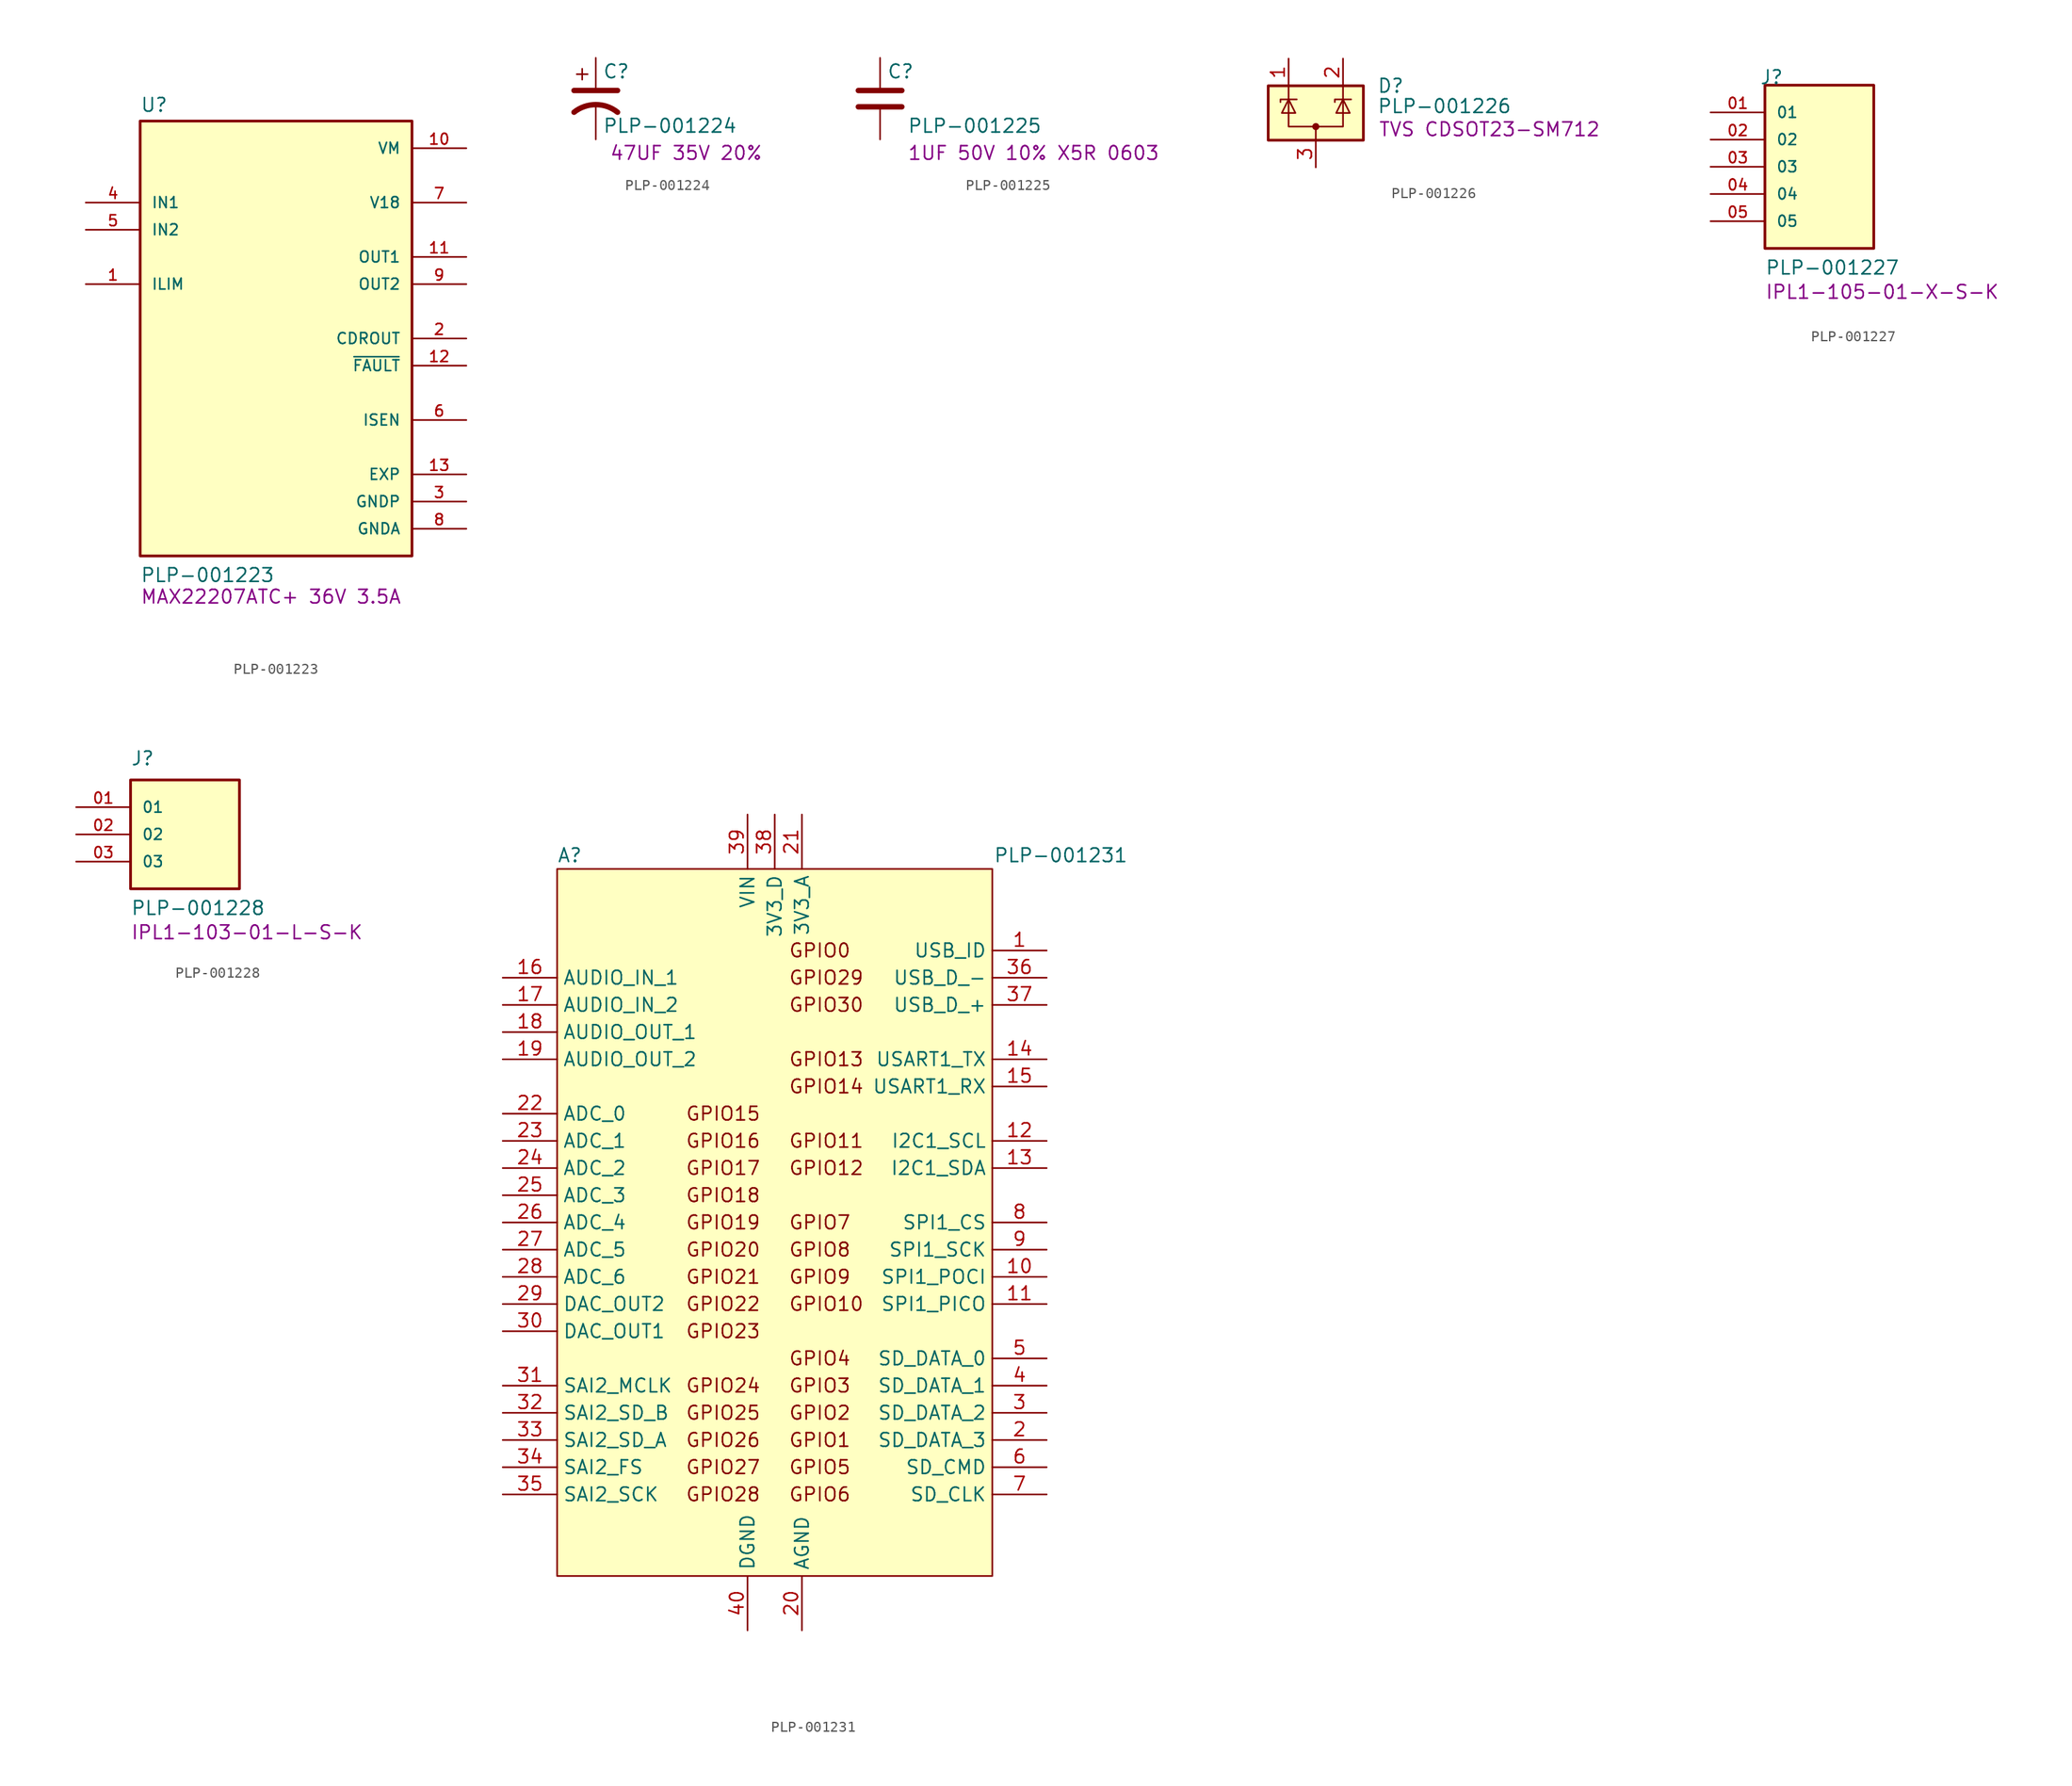
<source format=kicad_sym>
(kicad_symbol_lib
  (version 20241209)
  (generator "kicad_symbol_editor")
  (generator_version "9.0")
  (symbol "PLP-001223"
    (pin_names
      (offset 1.016))
    (property "Reference" "U"
      (at -12.7 21.082 0)
      (effects (font (size 1.27 1.27)) (justify left bottom)))
    (property "Value" "PLP-001223"
      (at -12.7 -22.86 0)
      (effects (font (size 1.27 1.27)) (justify left bottom)))
    (property "Info" "MAX22207ATC+ 36V 3.5A"
      (at -12.7 -24.13 0)
      (effects (font (size 1.27 1.27)) (justify left)))
    (symbol "PLP-001223_0_0"
      (rectangle (start -12.7 20.32) (end 12.7 -20.32) (stroke (width 0.254) (type default)) (fill (type background)))
      (pin input line (at -17.78 12.7 0) (length 5.08) (name "IN1" (effects (font (size 1.016 1.016)))) (number "4" (effects (font (size 1.016 1.016)))))
      (pin input line (at -17.78 10.16 0) (length 5.08) (name "IN2" (effects (font (size 1.016 1.016)))) (number "5" (effects (font (size 1.016 1.016)))))
      (pin input line (at -17.78 5.08 0) (length 5.08) (name "ILIM" (effects (font (size 1.016 1.016)))) (number "1" (effects (font (size 1.016 1.016)))))
      (pin power_in line (at 17.78 17.78 180) (length 5.08) (name "VM" (effects (font (size 1.016 1.016)))) (number "10" (effects (font (size 1.016 1.016)))))
      (pin output line (at 17.78 12.7 180) (length 5.08) (name "V18" (effects (font (size 1.016 1.016)))) (number "7" (effects (font (size 1.016 1.016)))))
      (pin output line (at 17.78 7.62 180) (length 5.08) (name "OUT1" (effects (font (size 1.016 1.016)))) (number "11" (effects (font (size 1.016 1.016)))))
      (pin output line (at 17.78 5.08 180) (length 5.08) (name "OUT2" (effects (font (size 1.016 1.016)))) (number "9" (effects (font (size 1.016 1.016)))))
      (pin output line (at 17.78 0 180) (length 5.08) (name "CDROUT" (effects (font (size 1.016 1.016)))) (number "2" (effects (font (size 1.016 1.016)))))
      (pin output line (at 17.78 -2.54 180) (length 5.08) (name "~{FAULT}" (effects (font (size 1.016 1.016)))) (number "12" (effects (font (size 1.016 1.016)))))
      (pin output line (at 17.78 -7.62 180) (length 5.08) (name "ISEN" (effects (font (size 1.016 1.016)))) (number "6" (effects (font (size 1.016 1.016)))))
      (pin power_in line (at 17.78 -12.7 180) (length 5.08) (name "EXP" (effects (font (size 1.016 1.016)))) (number "13" (effects (font (size 1.016 1.016)))))
      (pin power_in line (at 17.78 -15.24 180) (length 5.08) (name "GNDP" (effects (font (size 1.016 1.016)))) (number "3" (effects (font (size 1.016 1.016)))))
      (pin power_in line (at 17.78 -17.78 180) (length 5.08) (name "GNDA" (effects (font (size 1.016 1.016)))) (number "8" (effects (font (size 1.016 1.016)))))))
  (symbol "PLP-001224"
    (pin_numbers
      (hide yes))
    (pin_names
      (offset 0.254)
      (hide yes))
    (property "Reference" "C"
      (at 0.635 2.54 0)
      (effects (font (size 1.27 1.27)) (justify left)))
    (property "Value" "PLP-001224"
      (at 0.635 -2.54 0)
      (effects (font (size 1.27 1.27)) (justify left)))
    (property "Info" "47UF 35V 20%"
      (at 1.27 -5.08 0)
      (effects (font (size 1.27 1.27)) (justify left)))
    (symbol "PLP-001224_0_1"
      (polyline (pts (xy -2.032 0.762) (xy 2.032 0.762)) (stroke (width 0.508) (type default)) (fill (type none)))
      (polyline (pts (xy -1.778 2.286) (xy -0.762 2.286)) (stroke (width 0) (type default)) (fill (type none)))
      (polyline (pts (xy -1.27 1.778) (xy -1.27 2.794)) (stroke (width 0) (type default)) (fill (type none)))
      (arc (start -2.032 -1.27) (mid 0 -0.5572) (end 2.032 -1.27) (stroke (width 0.508) (type default)) (fill (type none))))
    (symbol "PLP-001224_1_1"
      (pin passive line (at 0 3.81 270) (length 2.794) (name "~" (effects (font (size 1.27 1.27)))) (number "1" (effects (font (size 1.27 1.27)))))
      (pin passive line (at 0 -3.81 90) (length 3.302) (name "~" (effects (font (size 1.27 1.27)))) (number "2" (effects (font (size 1.27 1.27)))))))
  (symbol "PLP-001225"
    (pin_numbers
      (hide yes))
    (pin_names
      (offset 0.254))
    (property "Reference" "C"
      (at 0.635 2.54 0)
      (effects (font (size 1.27 1.27)) (justify left)))
    (property "Value" "PLP-001225"
      (at 2.54 -2.54 0)
      (effects (font (size 1.27 1.27)) (justify left)))
    (property "Info" "1UF 50V 10% X5R 0603"
      (at 2.54 -5.08 0)
      (effects (font (size 1.27 1.27)) (justify left)))
    (symbol "PLP-001225_0_1"
      (polyline (pts (xy -2.032 0.762) (xy 2.032 0.762)) (stroke (width 0.508) (type default)) (fill (type none)))
      (polyline (pts (xy -2.032 -0.762) (xy 2.032 -0.762)) (stroke (width 0.508) (type default)) (fill (type none))))
    (symbol "PLP-001225_1_1"
      (pin passive line (at 0 3.81 270) (length 2.794) (name "~" (effects (font (size 1.27 1.27)))) (number "1" (effects (font (size 1.27 1.27)))))
      (pin passive line (at 0 -3.81 90) (length 2.794) (name "~" (effects (font (size 1.27 1.27)))) (number "2" (effects (font (size 1.27 1.27)))))))
  (symbol "PLP-001226"
    (pin_names
      (hide yes))
    (property "Reference" "D"
      (at 5.715 2.54 0)
      (effects (font (size 1.27 1.27)) (justify left)))
    (property "Value" "PLP-001226"
      (at 5.715 0.635 0)
      (effects (font (size 1.27 1.27)) (justify left)))
    (property "Info" "TVS CDSOT23-SM712"
      (at 5.842 -1.524 0)
      (effects (font (size 1.27 1.27)) (justify left)))
    (symbol "PLP-001226_0_0"
      (pin passive line (at 0 -5.08 90) (length 2.54) (name "A" (effects (font (size 1.27 1.27)))) (number "3" (effects (font (size 1.27 1.27))))))
    (symbol "PLP-001226_0_1"
      (rectangle (start -4.445 2.54) (end 4.445 -2.54) (stroke (width 0.254) (type default)) (fill (type background)))
      (polyline (pts (xy -3.302 1.016) (xy -3.302 1.27) (xy -1.905 1.27) (xy -1.778 1.27)) (stroke (width 0) (type default)) (fill (type none)))
      (polyline (pts (xy -2.54 2.54) (xy -2.54 1.27)) (stroke (width 0) (type default)) (fill (type none)))
      (polyline (pts (xy -2.54 1.27) (xy -2.54 -1.27) (xy 2.54 -1.27) (xy 2.54 1.27)) (stroke (width 0) (type default)) (fill (type none)))
      (polyline (pts (xy -2.54 1.27) (xy -1.905 0) (xy -3.175 0) (xy -2.54 1.27)) (stroke (width 0) (type default)) (fill (type none)))
      (polyline (pts (xy 0 -1.27) (xy 0 -2.54)) (stroke (width 0) (type default)) (fill (type none)))
      (circle (center 0 -1.27) (radius 0.254) (stroke (width 0) (type default)) (fill (type outline)))
      (polyline (pts (xy 1.778 1.016) (xy 1.778 1.27) (xy 3.175 1.27) (xy 3.302 1.27)) (stroke (width 0) (type default)) (fill (type none)))
      (polyline (pts (xy 2.54 2.54) (xy 2.54 1.27)) (stroke (width 0) (type default)) (fill (type none)))
      (polyline (pts (xy 2.54 1.27) (xy 1.905 0) (xy 3.175 0) (xy 2.54 1.27)) (stroke (width 0) (type default)) (fill (type none))))
    (symbol "PLP-001226_1_1"
      (pin passive line (at -2.54 5.08 270) (length 2.54) (name "K" (effects (font (size 1.27 1.27)))) (number "1" (effects (font (size 1.27 1.27)))))
      (pin passive line (at 2.54 5.08 270) (length 2.54) (name "K" (effects (font (size 1.27 1.27)))) (number "2" (effects (font (size 1.27 1.27)))))))
  (symbol "PLP-001227"
    (pin_names
      (offset 1.016))
    (property "Reference" "J"
      (at -5.58 7.62 0)
      (effects (font (size 1.27 1.27)) (justify left bottom)))
    (property "Value" "PLP-001227"
      (at -5.08 -10.16 0)
      (effects (font (size 1.27 1.27)) (justify left bottom)))
    (property "Info" "IPL1-105-01-X-S-K"
      (at -5.08 -11.684 0)
      (effects (font (size 1.27 1.27)) (justify left)))
    (symbol "PLP-001227_0_0"
      (rectangle (start -5.08 -7.62) (end 5.08 7.62) (stroke (width 0.254) (type default)) (fill (type background)))
      (pin passive line (at -10.16 5.08 0) (length 5.08) (name "01" (effects (font (size 1.016 1.016)))) (number "01" (effects (font (size 1.016 1.016)))))
      (pin passive line (at -10.16 2.54 0) (length 5.08) (name "02" (effects (font (size 1.016 1.016)))) (number "02" (effects (font (size 1.016 1.016)))))
      (pin passive line (at -10.16 0 0) (length 5.08) (name "03" (effects (font (size 1.016 1.016)))) (number "03" (effects (font (size 1.016 1.016)))))
      (pin passive line (at -10.16 -2.54 0) (length 5.08) (name "04" (effects (font (size 1.016 1.016)))) (number "04" (effects (font (size 1.016 1.016)))))
      (pin passive line (at -10.16 -5.08 0) (length 5.08) (name "05" (effects (font (size 1.016 1.016)))) (number "05" (effects (font (size 1.016 1.016)))))))
  (symbol "PLP-001228"
    (pin_names
      (offset 1.016))
    (property "Reference" "J"
      (at -5.08 6.35 0)
      (effects (font (size 1.27 1.27)) (justify left bottom)))
    (property "Value" "PLP-001228"
      (at -5.08 -7.62 0)
      (effects (font (size 1.27 1.27)) (justify left bottom)))
    (property "Info" "IPL1-103-01-L-S-K"
      (at -5.08 -9.144 0)
      (effects (font (size 1.27 1.27)) (justify left)))
    (symbol "PLP-001228_0_0"
      (rectangle (start -5.08 5.08) (end 5.08 -5.08) (stroke (width 0.254) (type default)) (fill (type background)))
      (pin passive line (at -10.16 2.54 0) (length 5.08) (name "01" (effects (font (size 1.016 1.016)))) (number "01" (effects (font (size 1.016 1.016)))))
      (pin passive line (at -10.16 0 0) (length 5.08) (name "02" (effects (font (size 1.016 1.016)))) (number "02" (effects (font (size 1.016 1.016)))))
      (pin passive line (at -10.16 -2.54 0) (length 5.08) (name "03" (effects (font (size 1.016 1.016)))) (number "03" (effects (font (size 1.016 1.016)))))))
  (symbol "PLP-001231"
    (property "Reference" "A"
      (at -20.32 34.29 0)
      (effects (font (size 1.27 1.27)) (justify left)))
    (property "Value" "PLP-001231"
      (at 33.02 34.29 0)
      (effects (font (size 1.27 1.27)) (justify right)))
    (symbol "PLP-001231_0_0"
      (text "GPIO15" (at -1.27 10.16 0) (effects (font (size 1.27 1.27)) (justify right)))
      (text "GPIO16" (at -1.27 7.62 0) (effects (font (size 1.27 1.27)) (justify right)))
      (text "GPIO17" (at -1.27 5.08 0) (effects (font (size 1.27 1.27)) (justify right)))
      (text "GPIO18" (at -1.27 2.54 0) (effects (font (size 1.27 1.27)) (justify right)))
      (text "GPIO19" (at -1.27 0 0) (effects (font (size 1.27 1.27)) (justify right)))
      (text "GPIO20" (at -1.27 -2.54 0) (effects (font (size 1.27 1.27)) (justify right)))
      (text "GPIO21" (at -1.27 -5.08 0) (effects (font (size 1.27 1.27)) (justify right)))
      (text "GPIO22" (at -1.27 -7.62 0) (effects (font (size 1.27 1.27)) (justify right)))
      (text "GPIO23" (at -1.27 -10.16 0) (effects (font (size 1.27 1.27)) (justify right)))
      (text "GPIO24" (at -1.27 -15.24 0) (effects (font (size 1.27 1.27)) (justify right)))
      (text "GPIO25" (at -1.27 -17.78 0) (effects (font (size 1.27 1.27)) (justify right)))
      (text "GPIO26" (at -1.27 -20.32 0) (effects (font (size 1.27 1.27)) (justify right)))
      (text "GPIO27" (at -1.27 -22.86 0) (effects (font (size 1.27 1.27)) (justify right)))
      (text "GPIO28" (at -1.27 -25.4 0) (effects (font (size 1.27 1.27)) (justify right)))
      (text "GPIO0" (at 1.27 25.4 0) (effects (font (size 1.27 1.27)) (justify left)))
      (text "GPIO29" (at 1.27 22.86 0) (effects (font (size 1.27 1.27)) (justify left)))
      (text "GPIO30" (at 1.27 20.32 0) (effects (font (size 1.27 1.27)) (justify left)))
      (text "GPIO13" (at 1.27 15.24 0) (effects (font (size 1.27 1.27)) (justify left)))
      (text "GPIO14" (at 1.27 12.7 0) (effects (font (size 1.27 1.27)) (justify left)))
      (text "GPIO11" (at 1.27 7.62 0) (effects (font (size 1.27 1.27)) (justify left)))
      (text "GPIO12" (at 1.27 5.08 0) (effects (font (size 1.27 1.27)) (justify left)))
      (text "GPIO7" (at 1.27 0 0) (effects (font (size 1.27 1.27)) (justify left)))
      (text "GPIO8" (at 1.27 -2.54 0) (effects (font (size 1.27 1.27)) (justify left)))
      (text "GPIO9" (at 1.27 -5.08 0) (effects (font (size 1.27 1.27)) (justify left)))
      (text "GPIO10" (at 1.27 -7.62 0) (effects (font (size 1.27 1.27)) (justify left)))
      (text "GPIO4" (at 1.27 -12.7 0) (effects (font (size 1.27 1.27)) (justify left)))
      (text "GPIO3" (at 1.27 -15.24 0) (effects (font (size 1.27 1.27)) (justify left)))
      (text "GPIO2" (at 1.27 -17.78 0) (effects (font (size 1.27 1.27)) (justify left)))
      (text "GPIO1" (at 1.27 -20.32 0) (effects (font (size 1.27 1.27)) (justify left)))
      (text "GPIO5" (at 1.27 -22.86 0) (effects (font (size 1.27 1.27)) (justify left)))
      (text "GPIO6" (at 1.27 -25.4 0) (effects (font (size 1.27 1.27)) (justify left)))
      (pin input line (at -25.4 22.86 0) (length 5.08) (name "AUDIO_IN_1" (effects (font (size 1.27 1.27)))) (number "16" (effects (font (size 1.27 1.27)))))
      (pin input line (at -25.4 20.32 0) (length 5.08) (name "AUDIO_IN_2" (effects (font (size 1.27 1.27)))) (number "17" (effects (font (size 1.27 1.27)))))
      (pin output line (at -25.4 17.78 0) (length 5.08) (name "AUDIO_OUT_1" (effects (font (size 1.27 1.27)))) (number "18" (effects (font (size 1.27 1.27)))))
      (pin output line (at -25.4 15.24 0) (length 5.08) (name "AUDIO_OUT_2" (effects (font (size 1.27 1.27)))) (number "19" (effects (font (size 1.27 1.27)))))
      (pin bidirectional line (at -25.4 10.16 0) (length 5.08) (name "ADC_0" (effects (font (size 1.27 1.27)))) (number "22" (effects (font (size 1.27 1.27)))))
      (pin bidirectional line (at -25.4 7.62 0) (length 5.08) (name "ADC_1" (effects (font (size 1.27 1.27)))) (number "23" (effects (font (size 1.27 1.27)))))
      (pin bidirectional line (at -25.4 5.08 0) (length 5.08) (name "ADC_2" (effects (font (size 1.27 1.27)))) (number "24" (effects (font (size 1.27 1.27)))))
      (pin bidirectional line (at -25.4 2.54 0) (length 5.08) (name "ADC_3" (effects (font (size 1.27 1.27)))) (number "25" (effects (font (size 1.27 1.27)))))
      (pin bidirectional line (at -25.4 0 0) (length 5.08) (name "ADC_4" (effects (font (size 1.27 1.27)))) (number "26" (effects (font (size 1.27 1.27)))))
      (pin bidirectional line (at -25.4 -2.54 0) (length 5.08) (name "ADC_5" (effects (font (size 1.27 1.27)))) (number "27" (effects (font (size 1.27 1.27)))))
      (pin bidirectional line (at -25.4 -5.08 0) (length 5.08) (name "ADC_6" (effects (font (size 1.27 1.27)))) (number "28" (effects (font (size 1.27 1.27)))))
      (pin bidirectional line (at -25.4 -7.62 0) (length 5.08) (name "DAC_OUT2" (effects (font (size 1.27 1.27)))) (number "29" (effects (font (size 1.27 1.27)))))
      (pin bidirectional line (at -25.4 -10.16 0) (length 5.08) (name "DAC_OUT1" (effects (font (size 1.27 1.27)))) (number "30" (effects (font (size 1.27 1.27)))))
      (pin bidirectional line (at -25.4 -15.24 0) (length 5.08) (name "SAI2_MCLK" (effects (font (size 1.27 1.27)))) (number "31" (effects (font (size 1.27 1.27)))))
      (pin bidirectional line (at -25.4 -17.78 0) (length 5.08) (name "SAI2_SD_B" (effects (font (size 1.27 1.27)))) (number "32" (effects (font (size 1.27 1.27)))))
      (pin bidirectional line (at -25.4 -20.32 0) (length 5.08) (name "SAI2_SD_A" (effects (font (size 1.27 1.27)))) (number "33" (effects (font (size 1.27 1.27)))))
      (pin bidirectional line (at -25.4 -22.86 0) (length 5.08) (name "SAI2_FS" (effects (font (size 1.27 1.27)))) (number "34" (effects (font (size 1.27 1.27)))))
      (pin bidirectional line (at -25.4 -25.4 0) (length 5.08) (name "SAI2_SCK" (effects (font (size 1.27 1.27)))) (number "35" (effects (font (size 1.27 1.27)))))
      (pin power_in line (at -2.54 38.1 270) (length 5.08) (name "VIN" (effects (font (size 1.27 1.27)))) (number "39" (effects (font (size 1.27 1.27)))))
      (pin power_in line (at -2.54 -38.1 90) (length 5.08) (name "DGND" (effects (font (size 1.27 1.27)))) (number "40" (effects (font (size 1.27 1.27)))))
      (pin power_out line (at 0 38.1 270) (length 5.08) (name "3V3_D" (effects (font (size 1.27 1.27)))) (number "38" (effects (font (size 1.27 1.27)))))
      (pin power_out line (at 2.54 38.1 270) (length 5.08) (name "3V3_A" (effects (font (size 1.27 1.27)))) (number "21" (effects (font (size 1.27 1.27)))))
      (pin power_in line (at 2.54 -38.1 90) (length 5.08) (name "AGND" (effects (font (size 1.27 1.27)))) (number "20" (effects (font (size 1.27 1.27)))))
      (pin bidirectional line (at 25.4 25.4 180) (length 5.08) (name "USB_ID" (effects (font (size 1.27 1.27)))) (number "1" (effects (font (size 1.27 1.27)))))
      (pin bidirectional line (at 25.4 22.86 180) (length 5.08) (name "USB_D_-" (effects (font (size 1.27 1.27)))) (number "36" (effects (font (size 1.27 1.27)))))
      (pin bidirectional line (at 25.4 20.32 180) (length 5.08) (name "USB_D_+" (effects (font (size 1.27 1.27)))) (number "37" (effects (font (size 1.27 1.27)))))
      (pin bidirectional line (at 25.4 15.24 180) (length 5.08) (name "USART1_TX" (effects (font (size 1.27 1.27)))) (number "14" (effects (font (size 1.27 1.27)))))
      (pin bidirectional line (at 25.4 12.7 180) (length 5.08) (name "USART1_RX" (effects (font (size 1.27 1.27)))) (number "15" (effects (font (size 1.27 1.27)))))
      (pin bidirectional line (at 25.4 7.62 180) (length 5.08) (name "I2C1_SCL" (effects (font (size 1.27 1.27)))) (number "12" (effects (font (size 1.27 1.27)))))
      (pin bidirectional line (at 25.4 5.08 180) (length 5.08) (name "I2C1_SDA" (effects (font (size 1.27 1.27)))) (number "13" (effects (font (size 1.27 1.27)))))
      (pin bidirectional line (at 25.4 0 180) (length 5.08) (name "SPI1_CS" (effects (font (size 1.27 1.27)))) (number "8" (effects (font (size 1.27 1.27)))))
      (pin bidirectional line (at 25.4 -2.54 180) (length 5.08) (name "SPI1_SCK" (effects (font (size 1.27 1.27)))) (number "9" (effects (font (size 1.27 1.27)))))
      (pin bidirectional line (at 25.4 -5.08 180) (length 5.08) (name "SPI1_POCI" (effects (font (size 1.27 1.27)))) (number "10" (effects (font (size 1.27 1.27)))))
      (pin bidirectional line (at 25.4 -7.62 180) (length 5.08) (name "SPI1_PICO" (effects (font (size 1.27 1.27)))) (number "11" (effects (font (size 1.27 1.27)))))
      (pin bidirectional line (at 25.4 -12.7 180) (length 5.08) (name "SD_DATA_0" (effects (font (size 1.27 1.27)))) (number "5" (effects (font (size 1.27 1.27)))))
      (pin bidirectional line (at 25.4 -15.24 180) (length 5.08) (name "SD_DATA_1" (effects (font (size 1.27 1.27)))) (number "4" (effects (font (size 1.27 1.27)))))
      (pin bidirectional line (at 25.4 -17.78 180) (length 5.08) (name "SD_DATA_2" (effects (font (size 1.27 1.27)))) (number "3" (effects (font (size 1.27 1.27)))))
      (pin bidirectional line (at 25.4 -20.32 180) (length 5.08) (name "SD_DATA_3" (effects (font (size 1.27 1.27)))) (number "2" (effects (font (size 1.27 1.27)))))
      (pin bidirectional line (at 25.4 -22.86 180) (length 5.08) (name "SD_CMD" (effects (font (size 1.27 1.27)))) (number "6" (effects (font (size 1.27 1.27)))))
      (pin bidirectional line (at 25.4 -25.4 180) (length 5.08) (name "SD_CLK" (effects (font (size 1.27 1.27)))) (number "7" (effects (font (size 1.27 1.27))))))
    (symbol "PLP-001231_0_1"
      (rectangle (start -20.32 33.02) (end 20.32 -33.02) (stroke (width 0) (type default)) (fill (type background))))))
</source>
